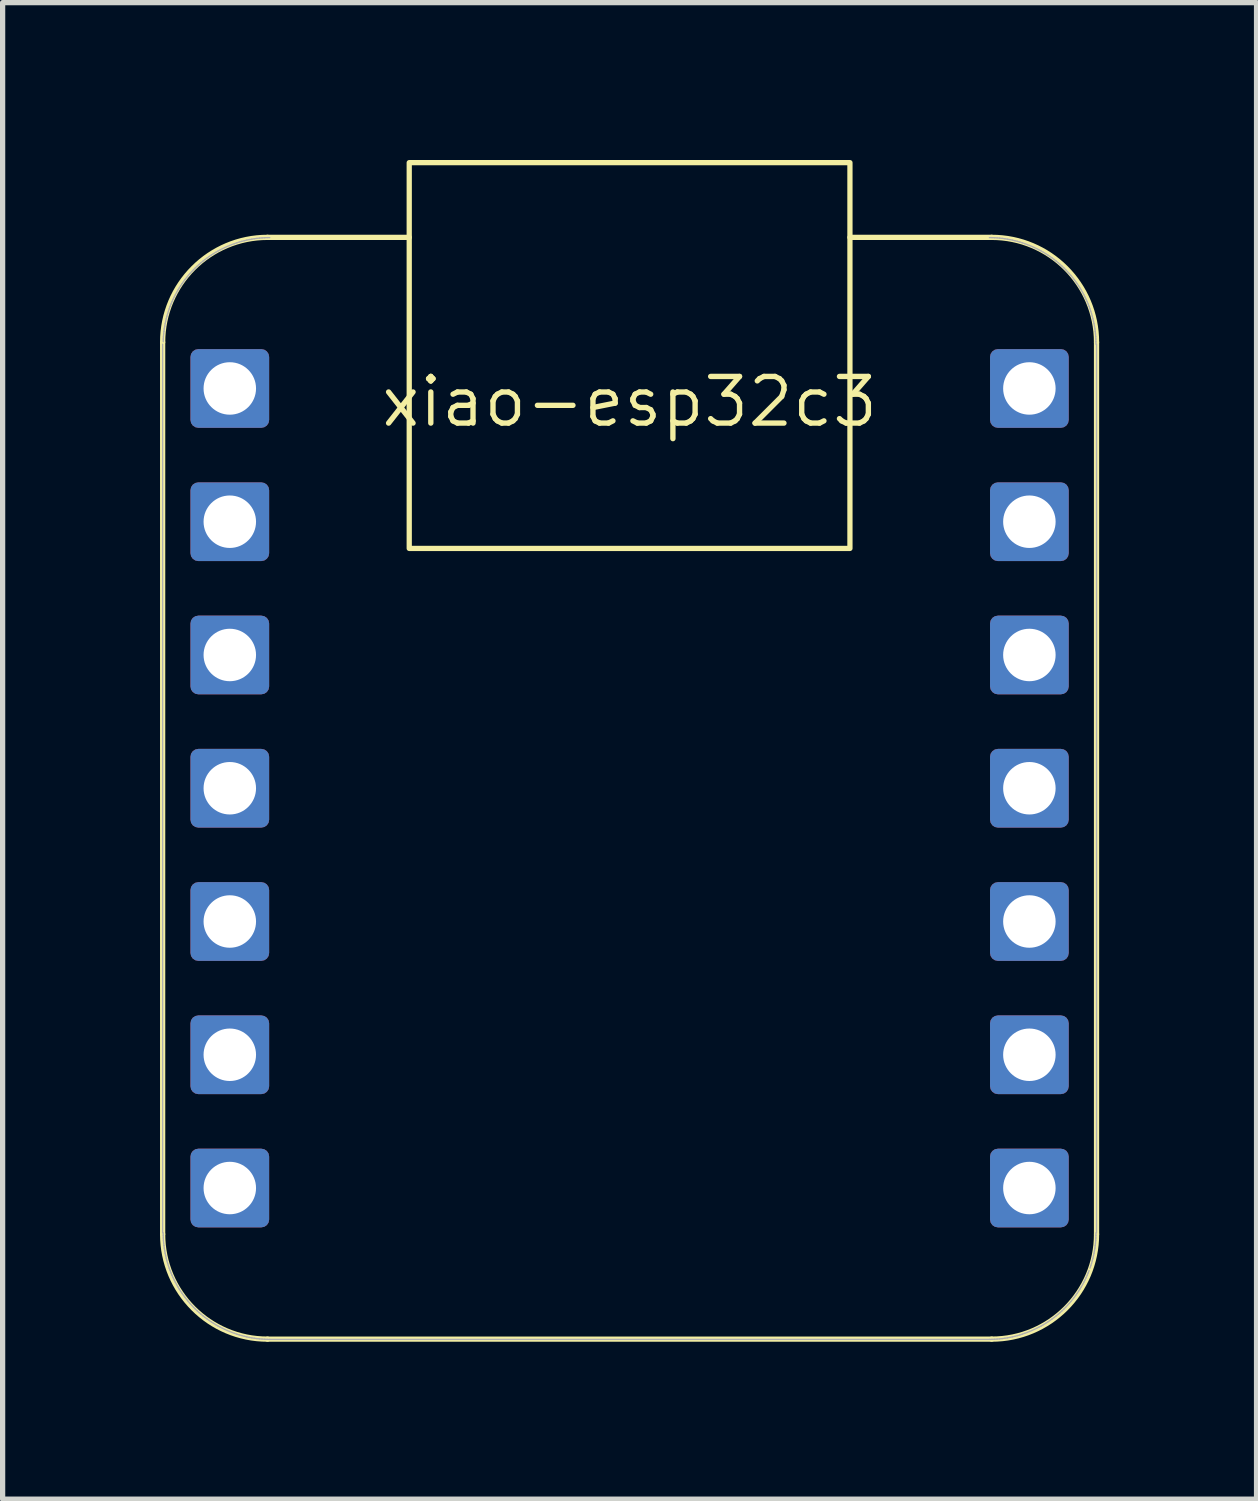
<source format=kicad_pcb>
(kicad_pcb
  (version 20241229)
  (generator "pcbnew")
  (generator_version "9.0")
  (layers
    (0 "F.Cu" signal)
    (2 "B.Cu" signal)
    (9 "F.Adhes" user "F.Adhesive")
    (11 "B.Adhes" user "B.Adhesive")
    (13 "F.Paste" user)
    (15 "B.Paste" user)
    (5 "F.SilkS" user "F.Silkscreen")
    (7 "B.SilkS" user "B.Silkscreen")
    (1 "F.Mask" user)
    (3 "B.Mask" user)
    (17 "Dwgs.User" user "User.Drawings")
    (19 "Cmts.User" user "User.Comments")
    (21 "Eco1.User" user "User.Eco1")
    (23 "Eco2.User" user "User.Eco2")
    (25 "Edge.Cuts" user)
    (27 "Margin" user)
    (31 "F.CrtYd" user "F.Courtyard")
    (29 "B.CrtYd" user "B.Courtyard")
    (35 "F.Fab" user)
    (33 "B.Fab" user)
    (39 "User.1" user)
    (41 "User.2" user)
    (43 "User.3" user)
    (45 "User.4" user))
  (footprint "xiao-esp32c3"
    (layer "F.Cu")
    (at 8.95 11.974)
    (property "Reference" "xiao-esp32c3" (at 0 -7.366 0) (layer "F.SilkS") (effects (font (size 0.889 0.889) (thickness 0.102))))
    (attr smd)
    (fp_line (start -8.9 -8.5) (end -8.9 8.5) (stroke (width 0.1) (type solid)) (layer "F.SilkS"))
    (fp_line (start -6.9 -10.5) (end -4.2 -10.5) (stroke (width 0.1) (type solid)) (layer "F.SilkS"))
    (fp_line (start -6.9 10.5) (end 6.9 10.5) (stroke (width 0.1) (type solid)) (layer "F.SilkS"))
    (fp_line (start 4.2 -10.5) (end 6.9 -10.5) (stroke (width 0.1) (type solid)) (layer "F.SilkS"))
    (fp_line (start 8.9 8.5) (end 8.9 -8.5) (stroke (width 0.1) (type solid)) (layer "F.SilkS"))
    (fp_rect (start -4.2 -11.924) (end 4.2 -4.571) (stroke (width 0.1) (type solid)) (fill no) (layer "F.SilkS"))
    (fp_arc (start -8.9 -8.5) (mid -8.314214 -9.914214) (end -6.9 -10.5) (stroke (width 0.1) (type solid)) (layer "F.SilkS"))
    (fp_arc (start -6.9 10.5) (mid -8.314214 9.914214) (end -8.9 8.5) (stroke (width 0.1) (type solid)) (layer "F.SilkS"))
    (fp_arc (start 6.9 -10.5) (mid 8.314214 -9.914214) (end 8.9 -8.5) (stroke (width 0.1) (type solid)) (layer "F.SilkS"))
    (fp_arc (start 8.9 8.5) (mid 8.314214 9.914214) (end 6.9 10.5) (stroke (width 0.1) (type solid)) (layer "F.SilkS"))
    (fp_poly (pts (xy -8.888 -8.562) (xy -8.885 -8.61) (xy -8.881 -8.659)) (stroke (width 0.025) (type solid)) (fill no) (layer "F.SilkS"))
    (fp_poly (pts (xy 8.889 8.522) (xy 8.888 8.571) (xy 8.885 8.62) (xy 8.881 8.669) (xy 8.875 8.717) (xy 8.869 8.766) (xy 8.861 8.815) (xy 8.852 8.863) (xy 8.842 8.911)) (stroke (width 0.025) (type solid)) (fill no) (layer "F.SilkS"))
    (fp_line (start -8.9 -8.463) (end -8.9 8.473) (stroke (width 0.025) (type solid)) (layer "F.Fab"))
    (fp_line (start -8.89 8.473) (end -8.889 8.522) (stroke (width 0.025) (type solid)) (layer "F.Fab"))
    (fp_line (start -8.889 8.522) (end -8.888 8.571) (stroke (width 0.025) (type solid)) (layer "F.Fab"))
    (fp_line (start -8.888 -8.562) (end -8.889 -8.512) (stroke (width 0.025) (type solid)) (layer "F.Fab"))
    (fp_line (start -8.888 8.571) (end -8.885 8.62) (stroke (width 0.025) (type solid)) (layer "F.Fab"))
    (fp_line (start -8.885 -8.61) (end -8.888 -8.562) (stroke (width 0.025) (type solid)) (layer "F.Fab"))
    (fp_line (start -8.885 8.62) (end -8.881 8.669) (stroke (width 0.025) (type solid)) (layer "F.Fab"))
    (fp_line (start -8.881 -8.659) (end -8.885 -8.61) (stroke (width 0.025) (type solid)) (layer "F.Fab"))
    (fp_line (start -8.881 8.669) (end -8.875 8.717) (stroke (width 0.025) (type solid)) (layer "F.Fab"))
    (fp_line (start -8.875 -8.708) (end -8.881 -8.659) (stroke (width 0.025) (type solid)) (layer "F.Fab"))
    (fp_line (start -8.875 8.717) (end -8.869 8.766) (stroke (width 0.025) (type solid)) (layer "F.Fab"))
    (fp_line (start -8.869 -8.757) (end -8.875 -8.708) (stroke (width 0.025) (type solid)) (layer "F.Fab"))
    (fp_line (start -8.869 8.766) (end -8.861 8.815) (stroke (width 0.025) (type solid)) (layer "F.Fab"))
    (fp_line (start -8.861 -8.806) (end -8.869 -8.757) (stroke (width 0.025) (type solid)) (layer "F.Fab"))
    (fp_line (start -8.861 8.815) (end -8.852 8.863) (stroke (width 0.025) (type solid)) (layer "F.Fab"))
    (fp_line (start -8.852 -8.854) (end -8.861 -8.806) (stroke (width 0.025) (type solid)) (layer "F.Fab"))
    (fp_line (start -8.852 8.863) (end -8.842 8.911) (stroke (width 0.025) (type solid)) (layer "F.Fab"))
    (fp_line (start -8.842 -8.902) (end -8.852 -8.854) (stroke (width 0.025) (type solid)) (layer "F.Fab"))
    (fp_line (start -8.842 8.911) (end -8.831 8.959) (stroke (width 0.025) (type solid)) (layer "F.Fab"))
    (fp_line (start -8.831 -8.95) (end -8.842 -8.902) (stroke (width 0.025) (type solid)) (layer "F.Fab"))
    (fp_line (start -8.831 8.959) (end -8.819 9.006) (stroke (width 0.025) (type solid)) (layer "F.Fab"))
    (fp_line (start -8.819 -8.997) (end -8.831 -8.95) (stroke (width 0.025) (type solid)) (layer "F.Fab"))
    (fp_line (start -8.819 9.006) (end -8.805 9.054) (stroke (width 0.025) (type solid)) (layer "F.Fab"))
    (fp_line (start -8.805 -9.045) (end -8.819 -8.997) (stroke (width 0.025) (type solid)) (layer "F.Fab"))
    (fp_line (start -8.805 9.054) (end -8.79 9.1) (stroke (width 0.025) (type solid)) (layer "F.Fab"))
    (fp_line (start -8.79 -9.091) (end -8.805 -9.045) (stroke (width 0.025) (type solid)) (layer "F.Fab"))
    (fp_line (start -8.79 9.1) (end -8.775 9.147) (stroke (width 0.025) (type solid)) (layer "F.Fab"))
    (fp_line (start -8.775 -9.138) (end -8.79 -9.091) (stroke (width 0.025) (type solid)) (layer "F.Fab"))
    (fp_line (start -8.775 9.147) (end -8.758 9.193) (stroke (width 0.025) (type solid)) (layer "F.Fab"))
    (fp_line (start -8.758 -9.184) (end -8.775 -9.138) (stroke (width 0.025) (type solid)) (layer "F.Fab"))
    (fp_line (start -8.758 9.193) (end -8.74 9.239) (stroke (width 0.025) (type solid)) (layer "F.Fab"))
    (fp_line (start -8.74 -9.23) (end -8.758 -9.184) (stroke (width 0.025) (type solid)) (layer "F.Fab"))
    (fp_line (start -8.74 9.239) (end -8.721 9.284) (stroke (width 0.025) (type solid)) (layer "F.Fab"))
    (fp_line (start -8.721 -9.275) (end -8.74 -9.23) (stroke (width 0.025) (type solid)) (layer "F.Fab"))
    (fp_line (start -8.721 9.284) (end -8.701 9.329) (stroke (width 0.025) (type solid)) (layer "F.Fab"))
    (fp_line (start -8.701 -9.32) (end -8.721 -9.275) (stroke (width 0.025) (type solid)) (layer "F.Fab"))
    (fp_line (start -8.701 9.329) (end -8.679 9.373) (stroke (width 0.025) (type solid)) (layer "F.Fab"))
    (fp_line (start -8.679 -9.364) (end -8.701 -9.32) (stroke (width 0.025) (type solid)) (layer "F.Fab"))
    (fp_line (start -8.679 9.373) (end -8.657 9.417) (stroke (width 0.025) (type solid)) (layer "F.Fab"))
    (fp_line (start -8.657 -9.408) (end -8.679 -9.364) (stroke (width 0.025) (type solid)) (layer "F.Fab"))
    (fp_line (start -8.657 9.417) (end -8.634 9.46) (stroke (width 0.025) (type solid)) (layer "F.Fab"))
    (fp_line (start -8.634 -9.451) (end -8.657 -9.408) (stroke (width 0.025) (type solid)) (layer "F.Fab"))
    (fp_line (start -8.634 9.46) (end -8.61 9.503) (stroke (width 0.025) (type solid)) (layer "F.Fab"))
    (fp_line (start -8.61 -9.494) (end -8.634 -9.451) (stroke (width 0.025) (type solid)) (layer "F.Fab"))
    (fp_line (start -8.61 9.503) (end -8.584 9.545) (stroke (width 0.025) (type solid)) (layer "F.Fab"))
    (fp_line (start -8.584 -9.536) (end -8.61 -9.494) (stroke (width 0.025) (type solid)) (layer "F.Fab"))
    (fp_line (start -8.584 9.545) (end -8.558 9.586) (stroke (width 0.025) (type solid)) (layer "F.Fab"))
    (fp_line (start -8.558 -9.577) (end -8.584 -9.536) (stroke (width 0.025) (type solid)) (layer "F.Fab"))
    (fp_line (start -8.558 9.586) (end -8.53 9.627) (stroke (width 0.025) (type solid)) (layer "F.Fab"))
    (fp_line (start -8.53 -9.618) (end -8.558 -9.577) (stroke (width 0.025) (type solid)) (layer "F.Fab"))
    (fp_line (start -8.53 9.627) (end -8.502 9.667) (stroke (width 0.025) (type solid)) (layer "F.Fab"))
    (fp_line (start -8.502 -9.658) (end -8.53 -9.618) (stroke (width 0.025) (type solid)) (layer "F.Fab"))
    (fp_line (start -8.502 9.667) (end -8.473 9.706) (stroke (width 0.025) (type solid)) (layer "F.Fab"))
    (fp_line (start -8.473 -9.697) (end -8.502 -9.658) (stroke (width 0.025) (type solid)) (layer "F.Fab"))
    (fp_line (start -8.473 9.706) (end -8.442 9.745) (stroke (width 0.025) (type solid)) (layer "F.Fab"))
    (fp_line (start -8.442 -9.736) (end -8.473 -9.697) (stroke (width 0.025) (type solid)) (layer "F.Fab"))
    (fp_line (start -8.442 9.745) (end -8.411 9.783) (stroke (width 0.025) (type solid)) (layer "F.Fab"))
    (fp_line (start -8.411 -9.774) (end -8.442 -9.736) (stroke (width 0.025) (type solid)) (layer "F.Fab"))
    (fp_line (start -8.411 9.783) (end -8.379 9.82) (stroke (width 0.025) (type solid)) (layer "F.Fab"))
    (fp_line (start -8.379 -9.811) (end -8.411 -9.774) (stroke (width 0.025) (type solid)) (layer "F.Fab"))
    (fp_line (start -8.379 9.82) (end -8.346 9.856) (stroke (width 0.025) (type solid)) (layer "F.Fab"))
    (fp_line (start -8.346 -9.847) (end -8.379 -9.811) (stroke (width 0.025) (type solid)) (layer "F.Fab"))
    (fp_line (start -8.346 9.856) (end -8.312 9.892) (stroke (width 0.025) (type solid)) (layer "F.Fab"))
    (fp_line (start -8.312 -9.883) (end -8.346 -9.847) (stroke (width 0.025) (type solid)) (layer "F.Fab"))
    (fp_line (start -8.312 9.892) (end -8.277 9.927) (stroke (width 0.025) (type solid)) (layer "F.Fab"))
    (fp_line (start -8.277 -9.918) (end -8.312 -9.883) (stroke (width 0.025) (type solid)) (layer "F.Fab"))
    (fp_line (start -8.277 9.927) (end -8.242 9.96) (stroke (width 0.025) (type solid)) (layer "F.Fab"))
    (fp_line (start -8.242 -9.951) (end -8.277 -9.918) (stroke (width 0.025) (type solid)) (layer "F.Fab"))
    (fp_line (start -8.242 9.96) (end -8.205 9.994) (stroke (width 0.025) (type solid)) (layer "F.Fab"))
    (fp_line (start -8.205 -9.984) (end -8.242 -9.951) (stroke (width 0.025) (type solid)) (layer "F.Fab"))
    (fp_line (start -8.205 9.994) (end -8.168 10.026) (stroke (width 0.025) (type solid)) (layer "F.Fab"))
    (fp_line (start -8.168 -10.017) (end -8.205 -9.984) (stroke (width 0.025) (type solid)) (layer "F.Fab"))
    (fp_line (start -8.168 10.026) (end -8.13 10.057) (stroke (width 0.025) (type solid)) (layer "F.Fab"))
    (fp_line (start -8.13 -10.048) (end -8.168 -10.017) (stroke (width 0.025) (type solid)) (layer "F.Fab"))
    (fp_line (start -8.13 10.057) (end -8.092 10.087) (stroke (width 0.025) (type solid)) (layer "F.Fab"))
    (fp_line (start -8.092 -10.078) (end -8.13 -10.048) (stroke (width 0.025) (type solid)) (layer "F.Fab"))
    (fp_line (start -8.092 10.087) (end -8.052 10.116) (stroke (width 0.025) (type solid)) (layer "F.Fab"))
    (fp_line (start -8.052 -10.107) (end -8.092 -10.078) (stroke (width 0.025) (type solid)) (layer "F.Fab"))
    (fp_line (start -8.052 10.116) (end -8.012 10.145) (stroke (width 0.025) (type solid)) (layer "F.Fab"))
    (fp_line (start -8.012 -10.136) (end -8.052 -10.107) (stroke (width 0.025) (type solid)) (layer "F.Fab"))
    (fp_line (start -8.012 10.145) (end -7.972 10.172) (stroke (width 0.025) (type solid)) (layer "F.Fab"))
    (fp_line (start -7.972 -10.163) (end -8.012 -10.136) (stroke (width 0.025) (type solid)) (layer "F.Fab"))
    (fp_line (start -7.972 10.172) (end -7.93 10.199) (stroke (width 0.025) (type solid)) (layer "F.Fab"))
    (fp_line (start -7.93 -10.19) (end -7.972 -10.163) (stroke (width 0.025) (type solid)) (layer "F.Fab"))
    (fp_line (start -7.93 10.199) (end -7.888 10.224) (stroke (width 0.025) (type solid)) (layer "F.Fab"))
    (fp_line (start -7.888 -10.215) (end -7.93 -10.19) (stroke (width 0.025) (type solid)) (layer "F.Fab"))
    (fp_line (start -7.888 10.224) (end -7.846 10.249) (stroke (width 0.025) (type solid)) (layer "F.Fab"))
    (fp_line (start -7.846 -10.239) (end -7.888 -10.215) (stroke (width 0.025) (type solid)) (layer "F.Fab"))
    (fp_line (start -7.846 10.249) (end -7.802 10.272) (stroke (width 0.025) (type solid)) (layer "F.Fab"))
    (fp_line (start -7.802 -10.263) (end -7.846 -10.239) (stroke (width 0.025) (type solid)) (layer "F.Fab"))
    (fp_line (start -7.802 10.272) (end -7.759 10.294) (stroke (width 0.025) (type solid)) (layer "F.Fab"))
    (fp_line (start -7.759 -10.285) (end -7.802 -10.263) (stroke (width 0.025) (type solid)) (layer "F.Fab"))
    (fp_line (start -7.759 10.294) (end -7.714 10.315) (stroke (width 0.025) (type solid)) (layer "F.Fab"))
    (fp_line (start -7.714 -10.306) (end -7.759 -10.285) (stroke (width 0.025) (type solid)) (layer "F.Fab"))
    (fp_line (start -7.714 10.315) (end -7.67 10.335) (stroke (width 0.025) (type solid)) (layer "F.Fab"))
    (fp_line (start -7.67 -10.326) (end -7.714 -10.306) (stroke (width 0.025) (type solid)) (layer "F.Fab"))
    (fp_line (start -7.67 10.335) (end -7.624 10.354) (stroke (width 0.025) (type solid)) (layer "F.Fab"))
    (fp_line (start -7.624 -10.345) (end -7.67 -10.326) (stroke (width 0.025) (type solid)) (layer "F.Fab"))
    (fp_line (start -7.624 10.354) (end -7.579 10.372) (stroke (width 0.025) (type solid)) (layer "F.Fab"))
    (fp_line (start -7.579 -10.363) (end -7.624 -10.345) (stroke (width 0.025) (type solid)) (layer "F.Fab"))
    (fp_line (start -7.579 10.372) (end -7.532 10.389) (stroke (width 0.025) (type solid)) (layer "F.Fab"))
    (fp_line (start -7.532 -10.38) (end -7.579 -10.363) (stroke (width 0.025) (type solid)) (layer "F.Fab"))
    (fp_line (start -7.532 10.389) (end -7.486 10.405) (stroke (width 0.025) (type solid)) (layer "F.Fab"))
    (fp_line (start -7.486 -10.396) (end -7.532 -10.38) (stroke (width 0.025) (type solid)) (layer "F.Fab"))
    (fp_line (start -7.486 10.405) (end -7.439 10.42) (stroke (width 0.025) (type solid)) (layer "F.Fab"))
    (fp_line (start -7.439 -10.411) (end -7.486 -10.396) (stroke (width 0.025) (type solid)) (layer "F.Fab"))
    (fp_line (start -7.439 10.42) (end -7.392 10.433) (stroke (width 0.025) (type solid)) (layer "F.Fab"))
    (fp_line (start -7.392 -10.424) (end -7.439 -10.411) (stroke (width 0.025) (type solid)) (layer "F.Fab"))
    (fp_line (start -7.392 10.433) (end -7.344 10.446) (stroke (width 0.025) (type solid)) (layer "F.Fab"))
    (fp_line (start -7.344 -10.436) (end -7.392 -10.424) (stroke (width 0.025) (type solid)) (layer "F.Fab"))
    (fp_line (start -7.344 10.446) (end -7.296 10.457) (stroke (width 0.025) (type solid)) (layer "F.Fab"))
    (fp_line (start -7.296 -10.448) (end -7.344 -10.436) (stroke (width 0.025) (type solid)) (layer "F.Fab"))
    (fp_line (start -7.296 10.457) (end -7.248 10.467) (stroke (width 0.025) (type solid)) (layer "F.Fab"))
    (fp_line (start -7.248 -10.458) (end -7.296 -10.448) (stroke (width 0.025) (type solid)) (layer "F.Fab"))
    (fp_line (start -7.248 10.467) (end -7.2 10.476) (stroke (width 0.025) (type solid)) (layer "F.Fab"))
    (fp_line (start -7.2 -10.466) (end -7.248 -10.458) (stroke (width 0.025) (type solid)) (layer "F.Fab"))
    (fp_line (start -7.2 10.476) (end -7.152 10.483) (stroke (width 0.025) (type solid)) (layer "F.Fab"))
    (fp_line (start -7.152 -10.474) (end -7.2 -10.466) (stroke (width 0.025) (type solid)) (layer "F.Fab"))
    (fp_line (start -7.152 10.483) (end -7.103 10.49) (stroke (width 0.025) (type solid)) (layer "F.Fab"))
    (fp_line (start -7.103 -10.481) (end -7.152 -10.474) (stroke (width 0.025) (type solid)) (layer "F.Fab"))
    (fp_line (start -7.103 10.49) (end -7.054 10.495) (stroke (width 0.025) (type solid)) (layer "F.Fab"))
    (fp_line (start -7.054 -10.486) (end -7.103 -10.481) (stroke (width 0.025) (type solid)) (layer "F.Fab"))
    (fp_line (start -7.054 10.495) (end -7.005 10.499) (stroke (width 0.025) (type solid)) (layer "F.Fab"))
    (fp_line (start -7.005 -10.49) (end -7.054 -10.486) (stroke (width 0.025) (type solid)) (layer "F.Fab"))
    (fp_line (start -7.005 10.499) (end -6.956 10.502) (stroke (width 0.025) (type solid)) (layer "F.Fab"))
    (fp_line (start -6.956 -10.493) (end -7.005 -10.49) (stroke (width 0.025) (type solid)) (layer "F.Fab"))
    (fp_line (start -6.956 10.502) (end -6.907 10.504) (stroke (width 0.025) (type solid)) (layer "F.Fab"))
    (fp_line (start -6.907 -10.495) (end -6.956 -10.493) (stroke (width 0.025) (type solid)) (layer "F.Fab"))
    (fp_line (start -6.907 10.504) (end -6.858 10.505) (stroke (width 0.025) (type solid)) (layer "F.Fab"))
    (fp_line (start -6.858 -10.495) (end -6.907 -10.495) (stroke (width 0.025) (type solid)) (layer "F.Fab"))
    (fp_line (start -6.858 10.505) (end 6.858 10.505) (stroke (width 0.025) (type solid)) (layer "F.Fab"))
    (fp_line (start 6.858 10.505) (end 6.907 10.504) (stroke (width 0.025) (type solid)) (layer "F.Fab"))
    (fp_line (start 6.907 -10.495) (end 6.858 -10.495) (stroke (width 0.025) (type solid)) (layer "F.Fab"))
    (fp_line (start 6.907 10.504) (end 6.956 10.502) (stroke (width 0.025) (type solid)) (layer "F.Fab"))
    (fp_line (start 6.956 -10.493) (end 6.907 -10.495) (stroke (width 0.025) (type solid)) (layer "F.Fab"))
    (fp_line (start 6.956 10.502) (end 7.005 10.499) (stroke (width 0.025) (type solid)) (layer "F.Fab"))
    (fp_line (start 7.005 -10.49) (end 6.956 -10.493) (stroke (width 0.025) (type solid)) (layer "F.Fab"))
    (fp_line (start 7.005 10.499) (end 7.054 10.495) (stroke (width 0.025) (type solid)) (layer "F.Fab"))
    (fp_line (start 7.054 -10.486) (end 7.005 -10.49) (stroke (width 0.025) (type solid)) (layer "F.Fab"))
    (fp_line (start 7.054 10.495) (end 7.103 10.49) (stroke (width 0.025) (type solid)) (layer "F.Fab"))
    (fp_line (start 7.103 -10.481) (end 7.054 -10.486) (stroke (width 0.025) (type solid)) (layer "F.Fab"))
    (fp_line (start 7.103 10.49) (end 7.152 10.483) (stroke (width 0.025) (type solid)) (layer "F.Fab"))
    (fp_line (start 7.152 -10.474) (end 7.103 -10.481) (stroke (width 0.025) (type solid)) (layer "F.Fab"))
    (fp_line (start 7.152 10.483) (end 7.2 10.476) (stroke (width 0.025) (type solid)) (layer "F.Fab"))
    (fp_line (start 7.2 -10.466) (end 7.152 -10.474) (stroke (width 0.025) (type solid)) (layer "F.Fab"))
    (fp_line (start 7.2 10.476) (end 7.248 10.467) (stroke (width 0.025) (type solid)) (layer "F.Fab"))
    (fp_line (start 7.248 -10.458) (end 7.2 -10.466) (stroke (width 0.025) (type solid)) (layer "F.Fab"))
    (fp_line (start 7.248 10.467) (end 7.296 10.457) (stroke (width 0.025) (type solid)) (layer "F.Fab"))
    (fp_line (start 7.296 -10.448) (end 7.248 -10.458) (stroke (width 0.025) (type solid)) (layer "F.Fab"))
    (fp_line (start 7.296 10.457) (end 7.344 10.446) (stroke (width 0.025) (type solid)) (layer "F.Fab"))
    (fp_line (start 7.344 -10.436) (end 7.296 -10.448) (stroke (width 0.025) (type solid)) (layer "F.Fab"))
    (fp_line (start 7.344 10.446) (end 7.392 10.433) (stroke (width 0.025) (type solid)) (layer "F.Fab"))
    (fp_line (start 7.392 -10.424) (end 7.344 -10.436) (stroke (width 0.025) (type solid)) (layer "F.Fab"))
    (fp_line (start 7.392 10.433) (end 7.439 10.42) (stroke (width 0.025) (type solid)) (layer "F.Fab"))
    (fp_line (start 7.439 -10.411) (end 7.392 -10.424) (stroke (width 0.025) (type solid)) (layer "F.Fab"))
    (fp_line (start 7.439 10.42) (end 7.486 10.405) (stroke (width 0.025) (type solid)) (layer "F.Fab"))
    (fp_line (start 7.486 -10.396) (end 7.439 -10.411) (stroke (width 0.025) (type solid)) (layer "F.Fab"))
    (fp_line (start 7.486 10.405) (end 7.532 10.389) (stroke (width 0.025) (type solid)) (layer "F.Fab"))
    (fp_line (start 7.532 -10.38) (end 7.486 -10.396) (stroke (width 0.025) (type solid)) (layer "F.Fab"))
    (fp_line (start 7.532 10.389) (end 7.579 10.372) (stroke (width 0.025) (type solid)) (layer "F.Fab"))
    (fp_line (start 7.579 -10.363) (end 7.532 -10.38) (stroke (width 0.025) (type solid)) (layer "F.Fab"))
    (fp_line (start 7.579 10.372) (end 7.624 10.354) (stroke (width 0.025) (type solid)) (layer "F.Fab"))
    (fp_line (start 7.624 -10.345) (end 7.579 -10.363) (stroke (width 0.025) (type solid)) (layer "F.Fab"))
    (fp_line (start 7.624 10.354) (end 7.67 10.335) (stroke (width 0.025) (type solid)) (layer "F.Fab"))
    (fp_line (start 7.67 -10.326) (end 7.624 -10.345) (stroke (width 0.025) (type solid)) (layer "F.Fab"))
    (fp_line (start 7.67 10.335) (end 7.714 10.315) (stroke (width 0.025) (type solid)) (layer "F.Fab"))
    (fp_line (start 7.714 -10.306) (end 7.67 -10.326) (stroke (width 0.025) (type solid)) (layer "F.Fab"))
    (fp_line (start 7.714 10.315) (end 7.759 10.294) (stroke (width 0.025) (type solid)) (layer "F.Fab"))
    (fp_line (start 7.759 -10.285) (end 7.714 -10.306) (stroke (width 0.025) (type solid)) (layer "F.Fab"))
    (fp_line (start 7.759 10.294) (end 7.802 10.272) (stroke (width 0.025) (type solid)) (layer "F.Fab"))
    (fp_line (start 7.802 -10.263) (end 7.759 -10.285) (stroke (width 0.025) (type solid)) (layer "F.Fab"))
    (fp_line (start 7.802 10.272) (end 7.846 10.249) (stroke (width 0.025) (type solid)) (layer "F.Fab"))
    (fp_line (start 7.846 -10.239) (end 7.802 -10.263) (stroke (width 0.025) (type solid)) (layer "F.Fab"))
    (fp_line (start 7.846 10.249) (end 7.888 10.224) (stroke (width 0.025) (type solid)) (layer "F.Fab"))
    (fp_line (start 7.888 -10.215) (end 7.846 -10.239) (stroke (width 0.025) (type solid)) (layer "F.Fab"))
    (fp_line (start 7.888 10.224) (end 7.93 10.199) (stroke (width 0.025) (type solid)) (layer "F.Fab"))
    (fp_line (start 7.93 -10.19) (end 7.888 -10.215) (stroke (width 0.025) (type solid)) (layer "F.Fab"))
    (fp_line (start 7.93 10.199) (end 7.972 10.172) (stroke (width 0.025) (type solid)) (layer "F.Fab"))
    (fp_line (start 7.972 -10.163) (end 7.93 -10.19) (stroke (width 0.025) (type solid)) (layer "F.Fab"))
    (fp_line (start 7.972 10.172) (end 8.012 10.145) (stroke (width 0.025) (type solid)) (layer "F.Fab"))
    (fp_line (start 8.012 -10.136) (end 7.972 -10.163) (stroke (width 0.025) (type solid)) (layer "F.Fab"))
    (fp_line (start 8.012 10.145) (end 8.052 10.116) (stroke (width 0.025) (type solid)) (layer "F.Fab"))
    (fp_line (start 8.052 -10.107) (end 8.012 -10.136) (stroke (width 0.025) (type solid)) (layer "F.Fab"))
    (fp_line (start 8.052 10.116) (end 8.092 10.087) (stroke (width 0.025) (type solid)) (layer "F.Fab"))
    (fp_line (start 8.092 -10.078) (end 8.052 -10.107) (stroke (width 0.025) (type solid)) (layer "F.Fab"))
    (fp_line (start 8.092 10.087) (end 8.13 10.057) (stroke (width 0.025) (type solid)) (layer "F.Fab"))
    (fp_line (start 8.13 -10.048) (end 8.092 -10.078) (stroke (width 0.025) (type solid)) (layer "F.Fab"))
    (fp_line (start 8.13 10.057) (end 8.168 10.026) (stroke (width 0.025) (type solid)) (layer "F.Fab"))
    (fp_line (start 8.168 -10.017) (end 8.13 -10.048) (stroke (width 0.025) (type solid)) (layer "F.Fab"))
    (fp_line (start 8.168 10.026) (end 8.205 9.994) (stroke (width 0.025) (type solid)) (layer "F.Fab"))
    (fp_line (start 8.205 -9.984) (end 8.168 -10.017) (stroke (width 0.025) (type solid)) (layer "F.Fab"))
    (fp_line (start 8.205 9.994) (end 8.242 9.96) (stroke (width 0.025) (type solid)) (layer "F.Fab"))
    (fp_line (start 8.242 -9.951) (end 8.205 -9.984) (stroke (width 0.025) (type solid)) (layer "F.Fab"))
    (fp_line (start 8.242 9.96) (end 8.277 9.927) (stroke (width 0.025) (type solid)) (layer "F.Fab"))
    (fp_line (start 8.277 -9.918) (end 8.242 -9.951) (stroke (width 0.025) (type solid)) (layer "F.Fab"))
    (fp_line (start 8.277 9.927) (end 8.312 9.892) (stroke (width 0.025) (type solid)) (layer "F.Fab"))
    (fp_line (start 8.312 -9.883) (end 8.277 -9.918) (stroke (width 0.025) (type solid)) (layer "F.Fab"))
    (fp_line (start 8.312 9.892) (end 8.346 9.856) (stroke (width 0.025) (type solid)) (layer "F.Fab"))
    (fp_line (start 8.346 -9.847) (end 8.312 -9.883) (stroke (width 0.025) (type solid)) (layer "F.Fab"))
    (fp_line (start 8.346 9.856) (end 8.379 9.82) (stroke (width 0.025) (type solid)) (layer "F.Fab"))
    (fp_line (start 8.379 -9.811) (end 8.346 -9.847) (stroke (width 0.025) (type solid)) (layer "F.Fab"))
    (fp_line (start 8.379 9.82) (end 8.411 9.783) (stroke (width 0.025) (type solid)) (layer "F.Fab"))
    (fp_line (start 8.411 -9.774) (end 8.379 -9.811) (stroke (width 0.025) (type solid)) (layer "F.Fab"))
    (fp_line (start 8.411 9.783) (end 8.442 9.745) (stroke (width 0.025) (type solid)) (layer "F.Fab"))
    (fp_line (start 8.442 -9.736) (end 8.411 -9.774) (stroke (width 0.025) (type solid)) (layer "F.Fab"))
    (fp_line (start 8.442 9.745) (end 8.473 9.706) (stroke (width 0.025) (type solid)) (layer "F.Fab"))
    (fp_line (start 8.473 -9.697) (end 8.442 -9.736) (stroke (width 0.025) (type solid)) (layer "F.Fab"))
    (fp_line (start 8.473 9.706) (end 8.502 9.667) (stroke (width 0.025) (type solid)) (layer "F.Fab"))
    (fp_line (start 8.502 -9.658) (end 8.473 -9.697) (stroke (width 0.025) (type solid)) (layer "F.Fab"))
    (fp_line (start 8.502 9.667) (end 8.53 9.627) (stroke (width 0.025) (type solid)) (layer "F.Fab"))
    (fp_line (start 8.53 -9.618) (end 8.502 -9.658) (stroke (width 0.025) (type solid)) (layer "F.Fab"))
    (fp_line (start 8.53 9.627) (end 8.558 9.586) (stroke (width 0.025) (type solid)) (layer "F.Fab"))
    (fp_line (start 8.558 -9.577) (end 8.53 -9.618) (stroke (width 0.025) (type solid)) (layer "F.Fab"))
    (fp_line (start 8.558 9.586) (end 8.584 9.545) (stroke (width 0.025) (type solid)) (layer "F.Fab"))
    (fp_line (start 8.584 -9.536) (end 8.558 -9.577) (stroke (width 0.025) (type solid)) (layer "F.Fab"))
    (fp_line (start 8.584 9.545) (end 8.61 9.503) (stroke (width 0.025) (type solid)) (layer "F.Fab"))
    (fp_line (start 8.61 -9.494) (end 8.584 -9.536) (stroke (width 0.025) (type solid)) (layer "F.Fab"))
    (fp_line (start 8.61 9.503) (end 8.634 9.46) (stroke (width 0.025) (type solid)) (layer "F.Fab"))
    (fp_line (start 8.634 -9.451) (end 8.61 -9.494) (stroke (width 0.025) (type solid)) (layer "F.Fab"))
    (fp_line (start 8.634 9.46) (end 8.657 9.417) (stroke (width 0.025) (type solid)) (layer "F.Fab"))
    (fp_line (start 8.657 -9.408) (end 8.634 -9.451) (stroke (width 0.025) (type solid)) (layer "F.Fab"))
    (fp_line (start 8.657 9.417) (end 8.679 9.373) (stroke (width 0.025) (type solid)) (layer "F.Fab"))
    (fp_line (start 8.679 -9.364) (end 8.657 -9.408) (stroke (width 0.025) (type solid)) (layer "F.Fab"))
    (fp_line (start 8.679 9.373) (end 8.701 9.329) (stroke (width 0.025) (type solid)) (layer "F.Fab"))
    (fp_line (start 8.701 -9.32) (end 8.679 -9.364) (stroke (width 0.025) (type solid)) (layer "F.Fab"))
    (fp_line (start 8.701 9.329) (end 8.721 9.284) (stroke (width 0.025) (type solid)) (layer "F.Fab"))
    (fp_line (start 8.721 -9.275) (end 8.701 -9.32) (stroke (width 0.025) (type solid)) (layer "F.Fab"))
    (fp_line (start 8.721 9.284) (end 8.74 9.239) (stroke (width 0.025) (type solid)) (layer "F.Fab"))
    (fp_line (start 8.74 -9.23) (end 8.721 -9.275) (stroke (width 0.025) (type solid)) (layer "F.Fab"))
    (fp_line (start 8.74 9.239) (end 8.758 9.193) (stroke (width 0.025) (type solid)) (layer "F.Fab"))
    (fp_line (start 8.758 -9.184) (end 8.74 -9.23) (stroke (width 0.025) (type solid)) (layer "F.Fab"))
    (fp_line (start 8.775 -9.138) (end 8.758 -9.184) (stroke (width 0.025) (type solid)) (layer "F.Fab"))
    (fp_line (start 8.775 9.147) (end 8.79 9.1) (stroke (width 0.025) (type solid)) (layer "F.Fab"))
    (fp_line (start 8.79 -9.091) (end 8.775 -9.138) (stroke (width 0.025) (type solid)) (layer "F.Fab"))
    (fp_line (start 8.79 9.1) (end 8.805 9.054) (stroke (width 0.025) (type solid)) (layer "F.Fab"))
    (fp_line (start 8.805 -9.045) (end 8.79 -9.091) (stroke (width 0.025) (type solid)) (layer "F.Fab"))
    (fp_line (start 8.805 9.054) (end 8.819 9.006) (stroke (width 0.025) (type solid)) (layer "F.Fab"))
    (fp_line (start 8.819 -8.997) (end 8.805 -9.045) (stroke (width 0.025) (type solid)) (layer "F.Fab"))
    (fp_line (start 8.819 9.006) (end 8.831 8.959) (stroke (width 0.025) (type solid)) (layer "F.Fab"))
    (fp_line (start 8.831 -8.95) (end 8.819 -8.997) (stroke (width 0.025) (type solid)) (layer "F.Fab"))
    (fp_line (start 8.831 8.959) (end 8.842 8.911) (stroke (width 0.025) (type solid)) (layer "F.Fab"))
    (fp_line (start 8.842 -8.902) (end 8.831 -8.95) (stroke (width 0.025) (type solid)) (layer "F.Fab"))
    (fp_line (start 8.842 8.911) (end 8.852 8.863) (stroke (width 0.025) (type solid)) (layer "F.Fab"))
    (fp_line (start 8.852 -8.854) (end 8.842 -8.902) (stroke (width 0.025) (type solid)) (layer "F.Fab"))
    (fp_line (start 8.852 8.863) (end 8.861 8.815) (stroke (width 0.025) (type solid)) (layer "F.Fab"))
    (fp_line (start 8.861 -8.806) (end 8.852 -8.854) (stroke (width 0.025) (type solid)) (layer "F.Fab"))
    (fp_line (start 8.861 8.815) (end 8.869 8.766) (stroke (width 0.025) (type solid)) (layer "F.Fab"))
    (fp_line (start 8.869 -8.757) (end 8.861 -8.806) (stroke (width 0.025) (type solid)) (layer "F.Fab"))
    (fp_line (start 8.869 8.766) (end 8.875 8.717) (stroke (width 0.025) (type solid)) (layer "F.Fab"))
    (fp_line (start 8.875 -8.708) (end 8.869 -8.757) (stroke (width 0.025) (type solid)) (layer "F.Fab"))
    (fp_line (start 8.875 8.717) (end 8.881 8.669) (stroke (width 0.025) (type solid)) (layer "F.Fab"))
    (fp_line (start 8.881 -8.659) (end 8.875 -8.708) (stroke (width 0.025) (type solid)) (layer "F.Fab"))
    (fp_line (start 8.881 8.669) (end 8.885 8.62) (stroke (width 0.025) (type solid)) (layer "F.Fab"))
    (fp_line (start 8.885 -8.61) (end 8.881 -8.659) (stroke (width 0.025) (type solid)) (layer "F.Fab"))
    (fp_line (start 8.885 8.62) (end 8.888 8.571) (stroke (width 0.025) (type solid)) (layer "F.Fab"))
    (fp_line (start 8.888 -8.562) (end 8.885 -8.61) (stroke (width 0.025) (type solid)) (layer "F.Fab"))
    (fp_line (start 8.888 8.571) (end 8.889 8.522) (stroke (width 0.025) (type solid)) (layer "F.Fab"))
    (fp_line (start 8.889 -8.512) (end 8.888 -8.562) (stroke (width 0.025) (type solid)) (layer "F.Fab"))
    (fp_line (start 8.889 8.522) (end 8.89 8.473) (stroke (width 0.025) (type solid)) (layer "F.Fab"))
    (fp_line (start 8.89 -8.463) (end 8.889 -8.512) (stroke (width 0.025) (type solid)) (layer "F.Fab"))
    (fp_line (start 8.9 8.473) (end 8.9 -8.463) (stroke (width 0.025) (type solid)) (layer "F.Fab"))
    (pad "0" thru_hole roundrect (at -7.62 -7.62 180) (size 1.5 1.5) (drill 1) (layers "*.Cu" "*.Mask") (roundrect_rratio 0.1))
    (pad "1" thru_hole roundrect (at -7.62 -5.08 180) (size 1.5 1.5) (drill 1) (layers "*.Cu" "*.Mask") (roundrect_rratio 0.1))
    (pad "2" thru_hole roundrect (at -7.62 -2.54 180) (size 1.5 1.5) (drill 1) (layers "*.Cu" "*.Mask") (roundrect_rratio 0.1))
    (pad "3" thru_hole roundrect (at -7.62 0 180) (size 1.5 1.5) (drill 1) (layers "*.Cu" "*.Mask") (roundrect_rratio 0.1))
    (pad "4" thru_hole roundrect (at -7.62 2.54 180) (size 1.5 1.5) (drill 1) (layers "*.Cu" "*.Mask") (roundrect_rratio 0.1))
    (pad "5" thru_hole roundrect (at -7.62 5.08 180) (size 1.5 1.5) (drill 1) (layers "*.Cu" "*.Mask") (roundrect_rratio 0.1))
    (pad "6" thru_hole roundrect (at -7.62 7.62 180) (size 1.5 1.5) (drill 1) (layers "*.Cu" "*.Mask") (roundrect_rratio 0.1))
    (pad "7" thru_hole roundrect (at 7.62 7.62) (size 1.5 1.5) (drill 1) (layers "*.Cu" "*.Mask") (roundrect_rratio 0.1))
    (pad "8" thru_hole roundrect (at 7.62 5.08) (size 1.5 1.5) (drill 1) (layers "*.Cu" "*.Mask") (roundrect_rratio 0.1))
    (pad "9" thru_hole roundrect (at 7.62 2.54) (size 1.5 1.5) (drill 1) (layers "*.Cu" "*.Mask") (roundrect_rratio 0.1))
    (pad "10" thru_hole roundrect (at 7.62 0) (size 1.5 1.5) (drill 1) (layers "*.Cu" "*.Mask") (roundrect_rratio 0.1))
    (pad "11" thru_hole roundrect (at 7.62 -2.54) (size 1.5 1.5) (drill 1) (layers "*.Cu" "*.Mask") (roundrect_rratio 0.1))
    (pad "12" thru_hole roundrect (at 7.62 -5.08) (size 1.5 1.5) (drill 1) (layers "*.Cu" "*.Mask") (roundrect_rratio 0.1))
    (pad "13" thru_hole roundrect (at 7.62 -7.62) (size 1.5 1.5) (drill 1) (layers "*.Cu" "*.Mask") (roundrect_rratio 0.1)))
  (gr_rect
    (start -3 -3)
    (end 20.9 25.524)
    (stroke (width 0.1) (type default))
    (fill no)
    (layer "Edge.Cuts")))
</source>
